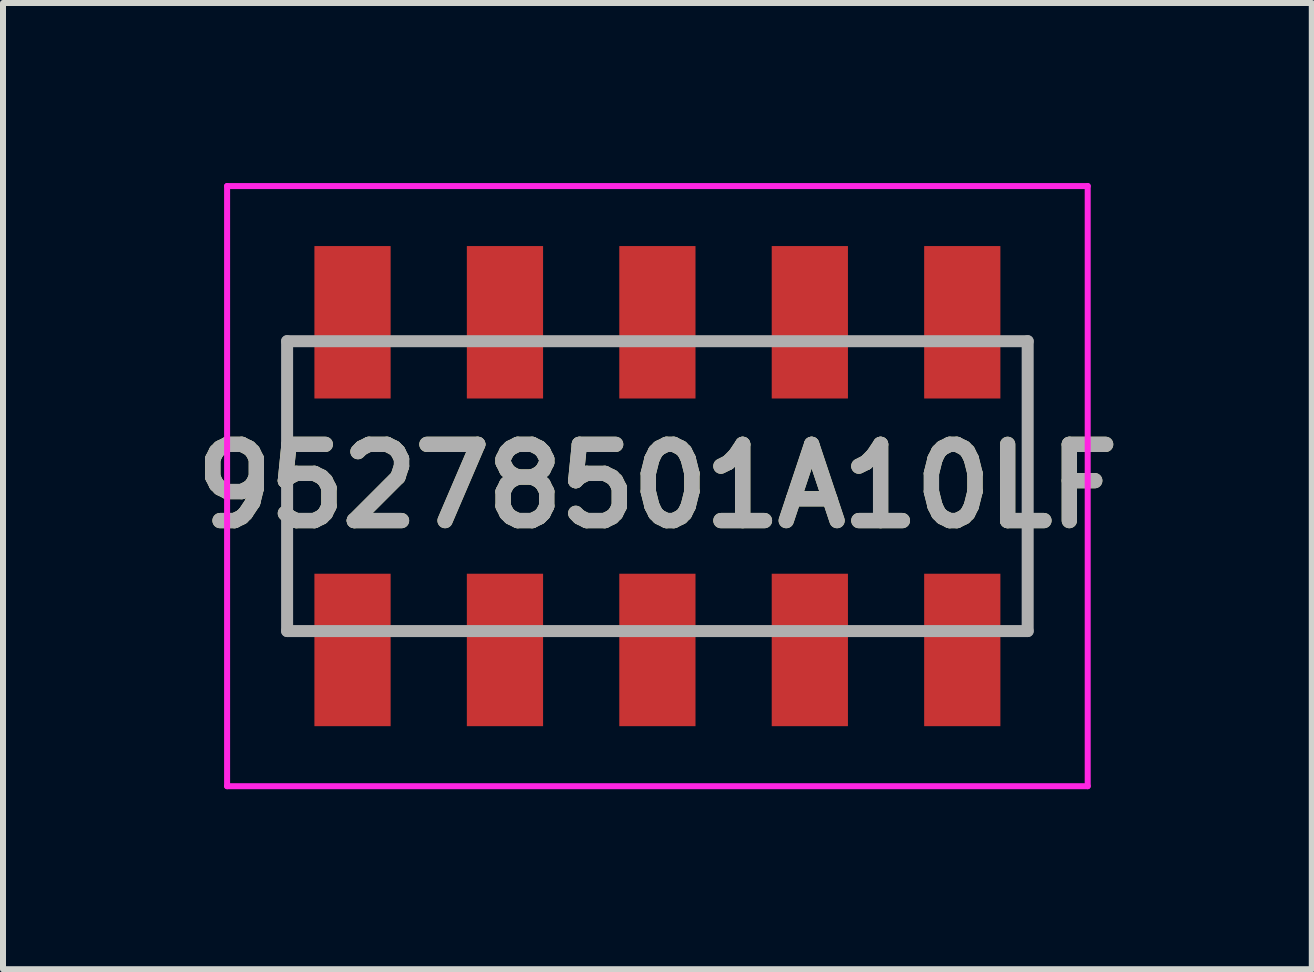
<source format=kicad_pcb>
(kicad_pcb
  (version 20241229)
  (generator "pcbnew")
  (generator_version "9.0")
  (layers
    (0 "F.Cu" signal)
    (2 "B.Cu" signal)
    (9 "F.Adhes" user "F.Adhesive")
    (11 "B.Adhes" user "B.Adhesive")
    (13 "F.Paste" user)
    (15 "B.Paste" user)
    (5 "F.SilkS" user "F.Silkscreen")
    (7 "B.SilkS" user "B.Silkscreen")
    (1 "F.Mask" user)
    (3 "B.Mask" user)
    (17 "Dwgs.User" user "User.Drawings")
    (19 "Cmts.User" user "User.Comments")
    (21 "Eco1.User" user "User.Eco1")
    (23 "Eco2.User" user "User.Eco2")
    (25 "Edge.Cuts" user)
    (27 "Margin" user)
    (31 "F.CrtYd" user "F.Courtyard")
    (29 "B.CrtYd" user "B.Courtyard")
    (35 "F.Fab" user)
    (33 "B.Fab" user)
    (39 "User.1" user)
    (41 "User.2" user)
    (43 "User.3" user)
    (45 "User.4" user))
  (footprint "95278501A10LF"
    (layer "F.Cu")
    (at 7.904 5.05)
    (property "Reference" "95278501A10LF" (at 0 0 0) (layer "F.SilkS") (effects (font (size 1.27 1.27) (thickness 0.254))))
    (attr smd)
    (fp_line (start -6.17 -2.415) (end -6.17 2.415) (stroke (width 0.1) (type solid)) (layer "F.SilkS"))
    (fp_line (start 6.17 -2.415) (end 6.17 2.415) (stroke (width 0.1) (type solid)) (layer "F.SilkS"))
    (fp_line (start -7.17 -5) (end 7.17 -5) (stroke (width 0.1) (type solid)) (layer "F.CrtYd"))
    (fp_line (start -7.17 5) (end -7.17 -5) (stroke (width 0.1) (type solid)) (layer "F.CrtYd"))
    (fp_line (start 7.17 -5) (end 7.17 5) (stroke (width 0.1) (type solid)) (layer "F.CrtYd"))
    (fp_line (start 7.17 5) (end -7.17 5) (stroke (width 0.1) (type solid)) (layer "F.CrtYd"))
    (fp_line (start -6.17 -2.415) (end 6.17 -2.415) (stroke (width 0.2) (type solid)) (layer "F.Fab"))
    (fp_line (start -6.17 2.415) (end -6.17 -2.415) (stroke (width 0.2) (type solid)) (layer "F.Fab"))
    (fp_line (start 6.17 -2.415) (end 6.17 2.415) (stroke (width 0.2) (type solid)) (layer "F.Fab"))
    (fp_line (start 6.17 2.415) (end -6.17 2.415) (stroke (width 0.2) (type solid)) (layer "F.Fab"))
    (fp_text user "${REFERENCE}" (at 0 0 0) (layer "F.Fab") (effects (font (size 1.27 1.27) (thickness 0.254))))
    (pad "1" smd rect (at -5.08 2.73) (size 1.27 2.54) (layers "F.Cu" "F.Mask" "F.Paste"))
    (pad "2" smd rect (at -5.08 -2.73) (size 1.27 2.54) (layers "F.Cu" "F.Mask" "F.Paste"))
    (pad "3" smd rect (at -2.54 2.73) (size 1.27 2.54) (layers "F.Cu" "F.Mask" "F.Paste"))
    (pad "4" smd rect (at -2.54 -2.73) (size 1.27 2.54) (layers "F.Cu" "F.Mask" "F.Paste"))
    (pad "5" smd rect (at 0 2.73) (size 1.27 2.54) (layers "F.Cu" "F.Mask" "F.Paste"))
    (pad "6" smd rect (at 0 -2.73) (size 1.27 2.54) (layers "F.Cu" "F.Mask" "F.Paste"))
    (pad "7" smd rect (at 2.54 2.73) (size 1.27 2.54) (layers "F.Cu" "F.Mask" "F.Paste"))
    (pad "8" smd rect (at 2.54 -2.73) (size 1.27 2.54) (layers "F.Cu" "F.Mask" "F.Paste"))
    (pad "9" smd rect (at 5.08 2.73) (size 1.27 2.54) (layers "F.Cu" "F.Mask" "F.Paste"))
    (pad "10" smd rect (at 5.08 -2.73) (size 1.27 2.54) (layers "F.Cu" "F.Mask" "F.Paste")))
  (gr_rect
    (start -3 -3)
    (end 18.808 13.1)
    (stroke (width 0.1) (type default))
    (fill no)
    (layer "Edge.Cuts")))
</source>
